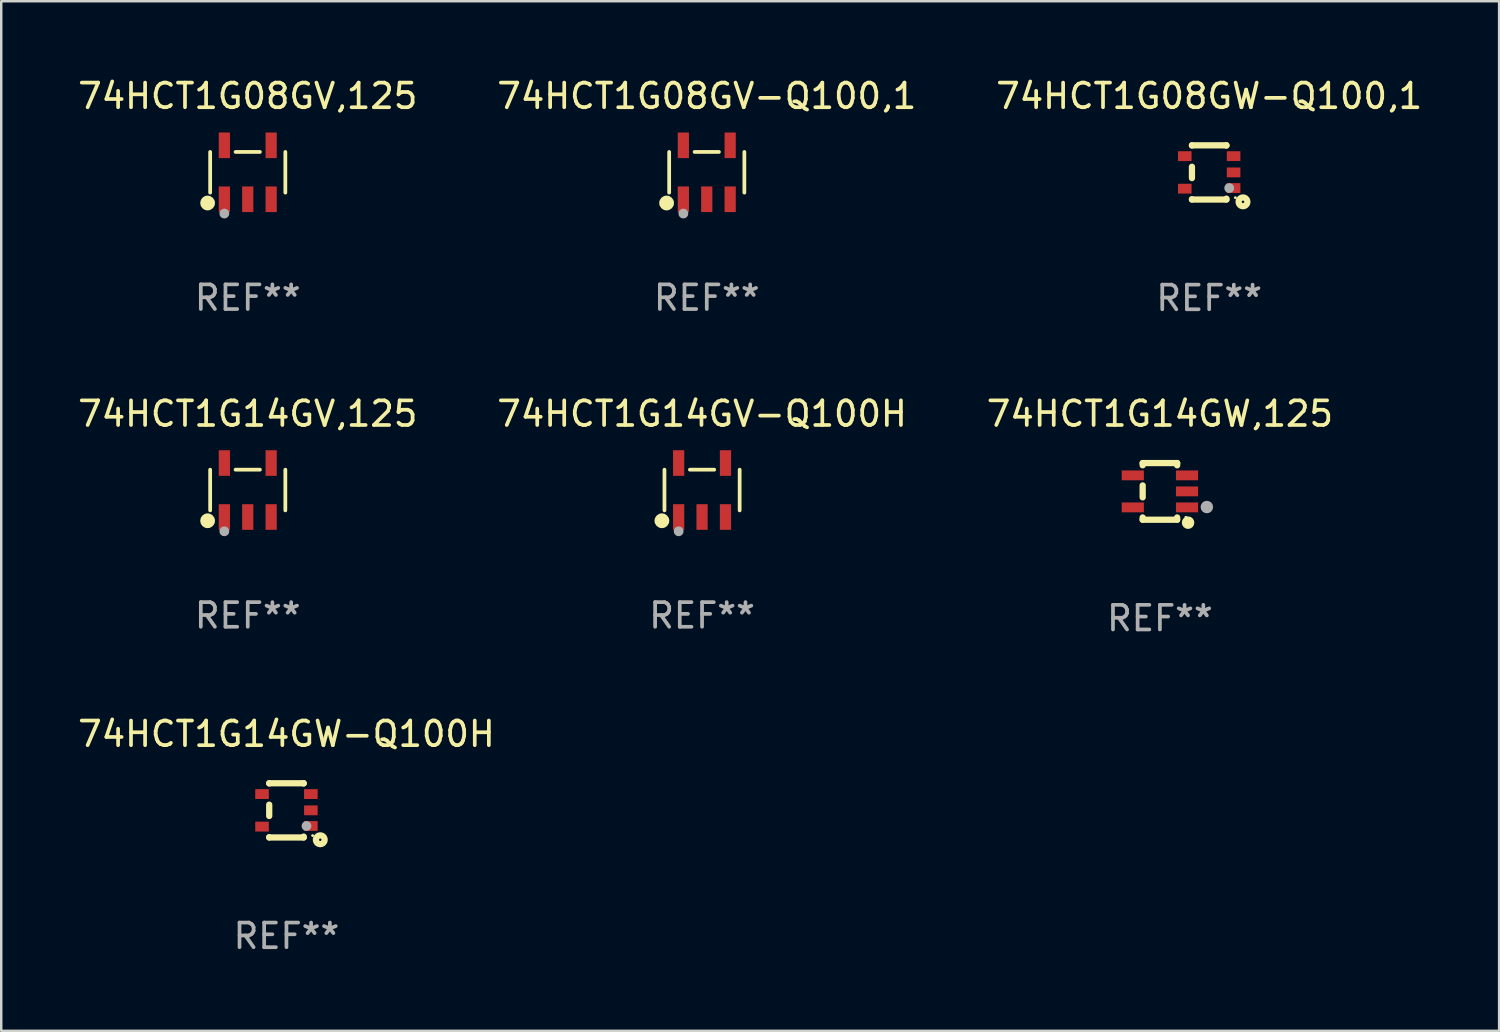
<source format=kicad_pcb>
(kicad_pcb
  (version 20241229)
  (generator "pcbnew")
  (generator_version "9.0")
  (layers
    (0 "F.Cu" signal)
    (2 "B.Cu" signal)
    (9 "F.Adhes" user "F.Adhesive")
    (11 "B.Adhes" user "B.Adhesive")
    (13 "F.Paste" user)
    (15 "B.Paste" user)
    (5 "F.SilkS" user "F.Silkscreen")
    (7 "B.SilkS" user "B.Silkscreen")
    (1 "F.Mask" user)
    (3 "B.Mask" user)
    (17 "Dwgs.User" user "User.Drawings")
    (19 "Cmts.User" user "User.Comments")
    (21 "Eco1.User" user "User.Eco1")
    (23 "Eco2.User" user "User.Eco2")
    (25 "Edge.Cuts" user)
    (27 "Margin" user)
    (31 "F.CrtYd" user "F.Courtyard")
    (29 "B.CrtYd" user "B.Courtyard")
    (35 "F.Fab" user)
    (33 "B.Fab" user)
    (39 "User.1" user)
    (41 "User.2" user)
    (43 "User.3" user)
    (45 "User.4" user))
  (footprint "74HCT1G08GW-Q100,1"
    (layer "F.Cu")
    (at 46.03 3.948)
    (property "Reference" "74HCT1G08GW-Q100,1" (at 0 -3.1 0) (layer "F.SilkS") (effects (font (size 1 1) (thickness 0.15))))
    (attr through_hole)
    (fp_line (start -0.7 -1.1) (end 0.7 -1.1) (stroke (width 0.254) (type solid)) (layer "F.SilkS"))
    (fp_line (start -0.7 -1.09) (end -0.7 -1.1) (stroke (width 0.254) (type solid)) (layer "F.SilkS"))
    (fp_line (start -0.7 0.23) (end -0.7 -0.23) (stroke (width 0.254) (type solid)) (layer "F.SilkS"))
    (fp_line (start -0.7 1.1) (end -0.7 1.09) (stroke (width 0.254) (type solid)) (layer "F.SilkS"))
    (fp_line (start -0.7 1.1) (end 0.7 1.1) (stroke (width 0.254) (type solid)) (layer "F.SilkS"))
    (fp_line (start 0.7 -1.09) (end 0.7 -1.1) (stroke (width 0.254) (type solid)) (layer "F.SilkS"))
    (fp_line (start 0.7 1.1) (end 0.7 1.065) (stroke (width 0.254) (type solid)) (layer "F.SilkS"))
    (fp_circle (center 1.062 1.025) (end 1.092 1.025) (stroke (width 0.06) (type solid)) (fill no) (layer "F.SilkS"))
    (fp_circle (center 1.372 1.194) (end 1.422 1.194) (stroke (width 0.254) (type solid)) (fill no) (layer "F.SilkS"))
    (fp_circle (center 0.813 0.635) (end 0.913 0.635) (stroke (width 0.2) (type solid)) (fill no) (layer "F.Fab"))
    (fp_text user "REF**" (at 0 5.1 0) (layer "F.Fab") (effects (font (size 1 1) (thickness 0.15))))
    (pad "1" smd rect (at 0.991 0.635 270) (size 0.399 0.551) (layers "F.Cu" "F.Mask" "F.Paste"))
    (pad "2" smd rect (at 0.991 0.000051 270) (size 0.399 0.551) (layers "F.Cu" "F.Mask" "F.Paste"))
    (pad "3" smd rect (at 0.991 -0.66 270) (size 0.399 0.551) (layers "F.Cu" "F.Mask" "F.Paste"))
    (pad "4" smd rect (at -0.991 -0.66 270) (size 0.399 0.551) (layers "F.Cu" "F.Mask" "F.Paste"))
    (pad "5" smd rect (at -0.991 0.66 270) (size 0.399 0.551) (layers "F.Cu" "F.Mask" "F.Paste")))
  (footprint "74HCT1G08GV-Q100,1"
    (layer "F.Cu")
    (at 25.637 3.943)
    (property "Reference" "74HCT1G08GV-Q100,1" (at 0 -3.095 0) (layer "F.SilkS") (effects (font (size 1 1) (thickness 0.15))))
    (attr through_hole)
    (fp_line (start -1.526 0.826) (end -1.526 -0.826) (stroke (width 0.152) (type solid)) (layer "F.SilkS"))
    (fp_line (start 0.494 -0.826) (end -0.494 -0.826) (stroke (width 0.152) (type solid)) (layer "F.SilkS"))
    (fp_line (start 1.526 0.826) (end 1.526 -0.826) (stroke (width 0.152) (type solid)) (layer "F.SilkS"))
    (fp_circle (center -1.63 1.247) (end -1.48 1.247) (stroke (width 0.3) (type solid)) (fill no) (layer "F.SilkS"))
    (fp_circle (center -1.45 1.375) (end -1.42 1.375) (stroke (width 0.06) (type solid)) (fill no) (layer "F.SilkS"))
    (fp_circle (center -0.95 1.675) (end -0.85 1.675) (stroke (width 0.2) (type solid)) (fill no) (layer "F.Fab"))
    (fp_text user "REF**" (at 0 5.095 0) (layer "F.Fab") (effects (font (size 1 1) (thickness 0.15))))
    (pad "1" smd rect (at -0.95 1.095) (size 0.455 1.04) (layers "F.Cu" "F.Mask" "F.Paste"))
    (pad "2" smd rect (at 0 1.095) (size 0.455 1.04) (layers "F.Cu" "F.Mask" "F.Paste"))
    (pad "3" smd rect (at 0.95 1.095) (size 0.455 1.04) (layers "F.Cu" "F.Mask" "F.Paste"))
    (pad "4" smd rect (at 0.95 -1.095) (size 0.455 1.04) (layers "F.Cu" "F.Mask" "F.Paste"))
    (pad "5" smd rect (at -0.95 -1.095) (size 0.455 1.04) (layers "F.Cu" "F.Mask" "F.Paste")))
  (footprint "74HCT1G14GW-Q100H"
    (layer "F.Cu")
    (at 8.577 29.841)
    (property "Reference" "74HCT1G14GW-Q100H" (at 0 -3.1 0) (layer "F.SilkS") (effects (font (size 1 1) (thickness 0.15))))
    (attr through_hole)
    (fp_line (start -0.7 -1.1) (end 0.7 -1.1) (stroke (width 0.254) (type solid)) (layer "F.SilkS"))
    (fp_line (start -0.7 -1.09) (end -0.7 -1.1) (stroke (width 0.254) (type solid)) (layer "F.SilkS"))
    (fp_line (start -0.7 0.23) (end -0.7 -0.23) (stroke (width 0.254) (type solid)) (layer "F.SilkS"))
    (fp_line (start -0.7 1.1) (end -0.7 1.09) (stroke (width 0.254) (type solid)) (layer "F.SilkS"))
    (fp_line (start -0.7 1.1) (end 0.7 1.1) (stroke (width 0.254) (type solid)) (layer "F.SilkS"))
    (fp_line (start 0.7 -1.09) (end 0.7 -1.1) (stroke (width 0.254) (type solid)) (layer "F.SilkS"))
    (fp_line (start 0.7 1.1) (end 0.7 1.065) (stroke (width 0.254) (type solid)) (layer "F.SilkS"))
    (fp_circle (center 1.062 1.025) (end 1.092 1.025) (stroke (width 0.06) (type solid)) (fill no) (layer "F.SilkS"))
    (fp_circle (center 1.372 1.194) (end 1.422 1.194) (stroke (width 0.254) (type solid)) (fill no) (layer "F.SilkS"))
    (fp_circle (center 0.813 0.635) (end 0.913 0.635) (stroke (width 0.2) (type solid)) (fill no) (layer "F.Fab"))
    (fp_text user "REF**" (at 0 5.1 0) (layer "F.Fab") (effects (font (size 1 1) (thickness 0.15))))
    (pad "1" smd rect (at 0.991 0.635 270) (size 0.399 0.551) (layers "F.Cu" "F.Mask" "F.Paste"))
    (pad "2" smd rect (at 0.991 0.000051 270) (size 0.399 0.551) (layers "F.Cu" "F.Mask" "F.Paste"))
    (pad "3" smd rect (at 0.991 -0.66 270) (size 0.399 0.551) (layers "F.Cu" "F.Mask" "F.Paste"))
    (pad "4" smd rect (at -0.991 -0.66 270) (size 0.399 0.551) (layers "F.Cu" "F.Mask" "F.Paste"))
    (pad "5" smd rect (at -0.991 0.66 270) (size 0.399 0.551) (layers "F.Cu" "F.Mask" "F.Paste")))
  (footprint "74HCT1G14GV-Q100H"
    (layer "F.Cu")
    (at 25.446 16.84)
    (property "Reference" "74HCT1G14GV-Q100H" (at 0 -3.095 0) (layer "F.SilkS") (effects (font (size 1 1) (thickness 0.15))))
    (attr through_hole)
    (fp_line (start -1.526 0.826) (end -1.526 -0.826) (stroke (width 0.152) (type solid)) (layer "F.SilkS"))
    (fp_line (start 0.494 -0.826) (end -0.494 -0.826) (stroke (width 0.152) (type solid)) (layer "F.SilkS"))
    (fp_line (start 1.526 0.826) (end 1.526 -0.826) (stroke (width 0.152) (type solid)) (layer "F.SilkS"))
    (fp_circle (center -1.63 1.247) (end -1.48 1.247) (stroke (width 0.3) (type solid)) (fill no) (layer "F.SilkS"))
    (fp_circle (center -1.45 1.375) (end -1.42 1.375) (stroke (width 0.06) (type solid)) (fill no) (layer "F.SilkS"))
    (fp_circle (center -0.95 1.675) (end -0.85 1.675) (stroke (width 0.2) (type solid)) (fill no) (layer "F.Fab"))
    (fp_text user "REF**" (at 0 5.095 0) (layer "F.Fab") (effects (font (size 1 1) (thickness 0.15))))
    (pad "1" smd rect (at -0.95 1.095) (size 0.455 1.04) (layers "F.Cu" "F.Mask" "F.Paste"))
    (pad "2" smd rect (at 0 1.095) (size 0.455 1.04) (layers "F.Cu" "F.Mask" "F.Paste"))
    (pad "3" smd rect (at 0.95 1.095) (size 0.455 1.04) (layers "F.Cu" "F.Mask" "F.Paste"))
    (pad "4" smd rect (at 0.95 -1.095) (size 0.455 1.04) (layers "F.Cu" "F.Mask" "F.Paste"))
    (pad "5" smd rect (at -0.95 -1.095) (size 0.455 1.04) (layers "F.Cu" "F.Mask" "F.Paste")))
  (footprint "74HCT1G14GV,125"
    (layer "F.Cu")
    (at 7.006 16.84)
    (property "Reference" "74HCT1G14GV,125" (at 0 -3.095 0) (layer "F.SilkS") (effects (font (size 1 1) (thickness 0.15))))
    (attr through_hole)
    (fp_line (start -1.526 0.826) (end -1.526 -0.826) (stroke (width 0.152) (type solid)) (layer "F.SilkS"))
    (fp_line (start 0.494 -0.826) (end -0.494 -0.826) (stroke (width 0.152) (type solid)) (layer "F.SilkS"))
    (fp_line (start 1.526 0.826) (end 1.526 -0.826) (stroke (width 0.152) (type solid)) (layer "F.SilkS"))
    (fp_circle (center -1.63 1.247) (end -1.48 1.247) (stroke (width 0.3) (type solid)) (fill no) (layer "F.SilkS"))
    (fp_circle (center -1.45 1.375) (end -1.42 1.375) (stroke (width 0.06) (type solid)) (fill no) (layer "F.SilkS"))
    (fp_circle (center -0.95 1.675) (end -0.85 1.675) (stroke (width 0.2) (type solid)) (fill no) (layer "F.Fab"))
    (fp_text user "REF**" (at 0 5.095 0) (layer "F.Fab") (effects (font (size 1 1) (thickness 0.15))))
    (pad "1" smd rect (at -0.95 1.095) (size 0.455 1.04) (layers "F.Cu" "F.Mask" "F.Paste"))
    (pad "2" smd rect (at 0 1.095) (size 0.455 1.04) (layers "F.Cu" "F.Mask" "F.Paste"))
    (pad "3" smd rect (at 0.95 1.095) (size 0.455 1.04) (layers "F.Cu" "F.Mask" "F.Paste"))
    (pad "4" smd rect (at 0.95 -1.095) (size 0.455 1.04) (layers "F.Cu" "F.Mask" "F.Paste"))
    (pad "5" smd rect (at -0.95 -1.095) (size 0.455 1.04) (layers "F.Cu" "F.Mask" "F.Paste")))
  (footprint "74HCT1G14GW,125"
    (layer "F.Cu")
    (at 44.03 16.895)
    (property "Reference" "74HCT1G14GW,125" (at 0 -3.15 0) (layer "F.SilkS") (effects (font (size 1 1) (thickness 0.15))))
    (attr through_hole)
    (fp_line (start -0.7 -1.15) (end 0.7 -1.15) (stroke (width 0.254) (type solid)) (layer "F.SilkS"))
    (fp_line (start -0.7 -1.058) (end -0.7 -1.15) (stroke (width 0.254) (type solid)) (layer "F.SilkS"))
    (fp_line (start -0.7 0.242) (end -0.7 -0.242) (stroke (width 0.254) (type solid)) (layer "F.SilkS"))
    (fp_line (start -0.7 1.15) (end -0.7 1.058) (stroke (width 0.254) (type solid)) (layer "F.SilkS"))
    (fp_line (start -0.7 1.15) (end 0.7 1.15) (stroke (width 0.254) (type solid)) (layer "F.SilkS"))
    (fp_line (start 0.7 -1.058) (end 0.7 -1.15) (stroke (width 0.254) (type solid)) (layer "F.SilkS"))
    (fp_line (start 0.7 1.15) (end 0.7 1.058) (stroke (width 0.254) (type solid)) (layer "F.SilkS"))
    (fp_circle (center 1.053 1.052) (end 1.083 1.052) (stroke (width 0.06) (type solid)) (fill no) (layer "F.SilkS"))
    (fp_circle (center 1.143 1.27) (end 1.27 1.27) (stroke (width 0.254) (type solid)) (fill no) (layer "F.SilkS"))
    (fp_circle (center 1.905 0.635) (end 2.032 0.635) (stroke (width 0.254) (type solid)) (fill no) (layer "F.Fab"))
    (fp_text user "REF**" (at 0 5.15 0) (layer "F.Fab") (effects (font (size 1 1) (thickness 0.15))))
    (pad "1" smd rect (at 1.1 0.65 90) (size 0.4 0.9) (layers "F.Cu" "F.Mask" "F.Paste"))
    (pad "2" smd rect (at 1.1 0.000076 90) (size 0.4 0.9) (layers "F.Cu" "F.Mask" "F.Paste"))
    (pad "3" smd rect (at 1.1 -0.65 90) (size 0.4 0.9) (layers "F.Cu" "F.Mask" "F.Paste"))
    (pad "4" smd rect (at -1.1 -0.65 90) (size 0.4 0.9) (layers "F.Cu" "F.Mask" "F.Paste"))
    (pad "5" smd rect (at -1.1 0.65 90) (size 0.4 0.9) (layers "F.Cu" "F.Mask" "F.Paste")))
  (footprint "74HCT1G08GV,125"
    (layer "F.Cu")
    (at 7.006 3.943)
    (property "Reference" "74HCT1G08GV,125" (at 0 -3.095 0) (layer "F.SilkS") (effects (font (size 1 1) (thickness 0.15))))
    (attr through_hole)
    (fp_line (start -1.526 0.826) (end -1.526 -0.826) (stroke (width 0.152) (type solid)) (layer "F.SilkS"))
    (fp_line (start 0.494 -0.826) (end -0.494 -0.826) (stroke (width 0.152) (type solid)) (layer "F.SilkS"))
    (fp_line (start 1.526 0.826) (end 1.526 -0.826) (stroke (width 0.152) (type solid)) (layer "F.SilkS"))
    (fp_circle (center -1.63 1.247) (end -1.48 1.247) (stroke (width 0.3) (type solid)) (fill no) (layer "F.SilkS"))
    (fp_circle (center -1.45 1.375) (end -1.42 1.375) (stroke (width 0.06) (type solid)) (fill no) (layer "F.SilkS"))
    (fp_circle (center -0.95 1.675) (end -0.85 1.675) (stroke (width 0.2) (type solid)) (fill no) (layer "F.Fab"))
    (fp_text user "REF**" (at 0 5.095 0) (layer "F.Fab") (effects (font (size 1 1) (thickness 0.15))))
    (pad "1" smd rect (at -0.95 1.095) (size 0.455 1.04) (layers "F.Cu" "F.Mask" "F.Paste"))
    (pad "2" smd rect (at 0 1.095) (size 0.455 1.04) (layers "F.Cu" "F.Mask" "F.Paste"))
    (pad "3" smd rect (at 0.95 1.095) (size 0.455 1.04) (layers "F.Cu" "F.Mask" "F.Paste"))
    (pad "4" smd rect (at 0.95 -1.095) (size 0.455 1.04) (layers "F.Cu" "F.Mask" "F.Paste"))
    (pad "5" smd rect (at -0.95 -1.095) (size 0.455 1.04) (layers "F.Cu" "F.Mask" "F.Paste")))
  (gr_rect
    (start -3 -3)
    (end 57.798 38.79)
    (stroke (width 0.1) (type default))
    (fill no)
    (layer "Edge.Cuts")))
</source>
